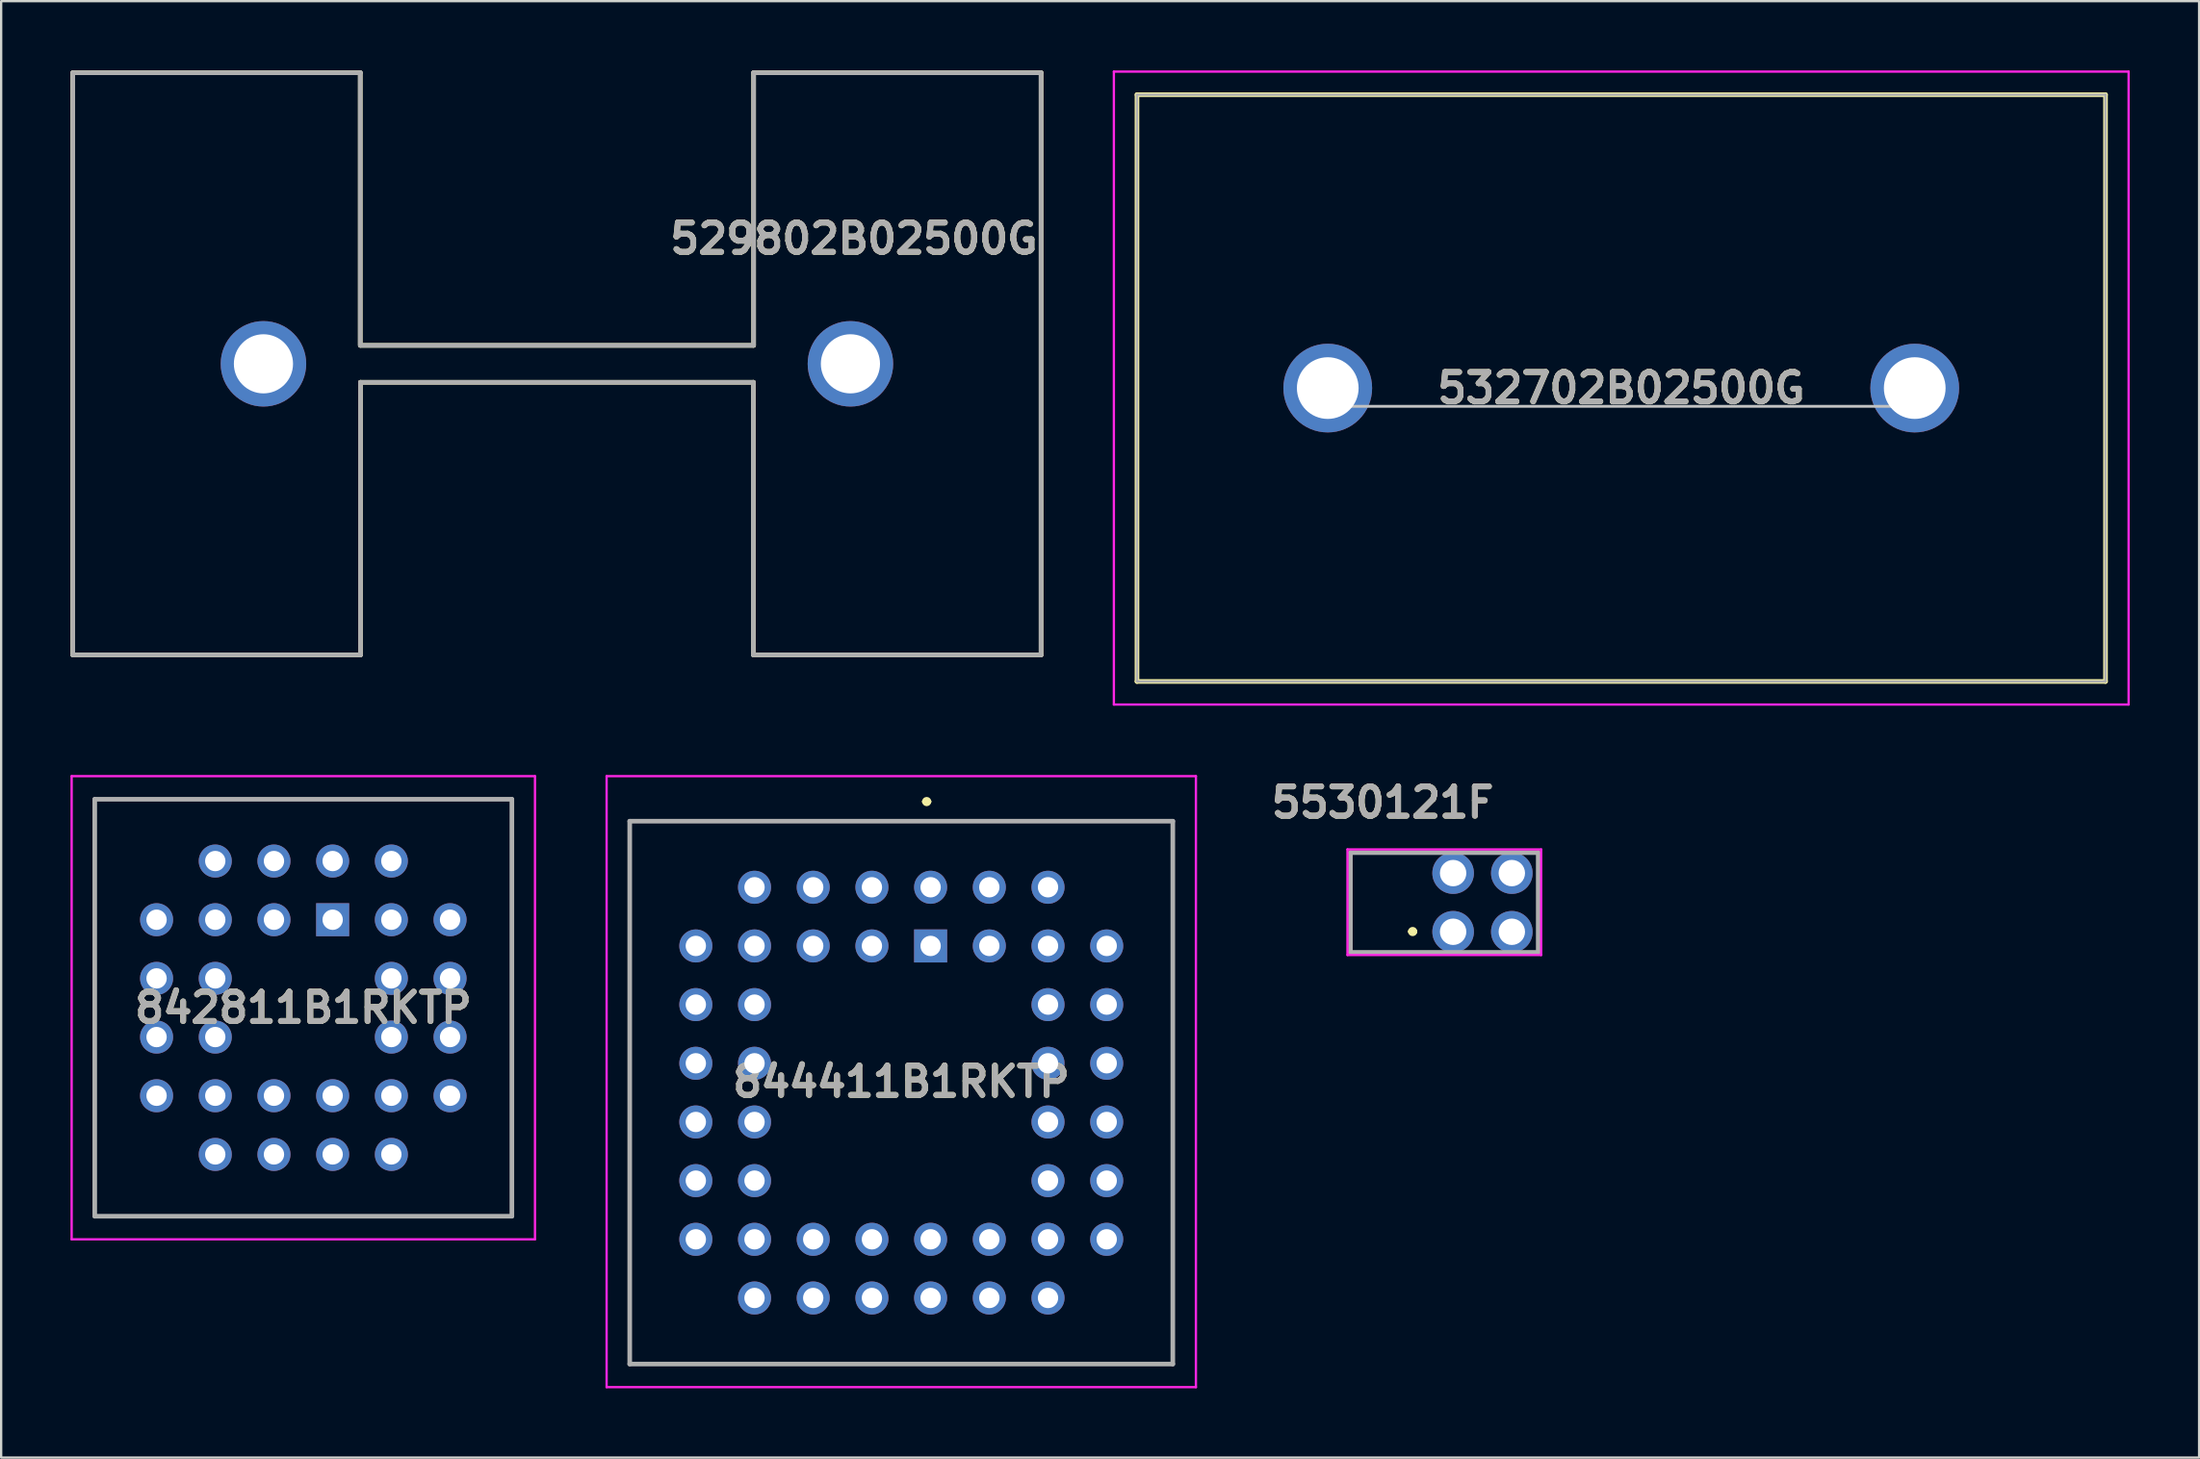
<source format=kicad_pcb>
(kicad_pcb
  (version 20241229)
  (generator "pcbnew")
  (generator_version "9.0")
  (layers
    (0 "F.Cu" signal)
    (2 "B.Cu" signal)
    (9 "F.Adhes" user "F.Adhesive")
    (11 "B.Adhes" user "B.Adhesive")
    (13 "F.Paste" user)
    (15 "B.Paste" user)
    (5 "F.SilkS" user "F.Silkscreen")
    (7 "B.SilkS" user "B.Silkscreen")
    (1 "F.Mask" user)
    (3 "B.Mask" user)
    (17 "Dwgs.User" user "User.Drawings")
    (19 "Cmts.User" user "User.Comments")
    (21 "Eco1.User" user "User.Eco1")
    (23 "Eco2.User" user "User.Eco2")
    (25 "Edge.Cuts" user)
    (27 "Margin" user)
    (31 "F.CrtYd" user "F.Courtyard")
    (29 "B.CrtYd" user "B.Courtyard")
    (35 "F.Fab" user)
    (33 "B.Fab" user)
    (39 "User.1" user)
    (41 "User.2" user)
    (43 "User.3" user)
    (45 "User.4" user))
  (footprint "529802B02500G"
    (layer "F.Cu")
    (at 21.05 12.7)
    (property "Reference" "529802B02500G" (at 12.852 -5.421 0) (layer "F.SilkS") (effects (font (size 1.27 1.27) (thickness 0.254))))
    (attr through_hole)
    (fp_line (start -20.95 -12.6) (end -20.95 12.6) (stroke (width 0.2) (type solid)) (layer "F.SilkS"))
    (fp_line (start -20.95 12.6) (end -8.5 12.6) (stroke (width 0.2) (type solid)) (layer "F.SilkS"))
    (fp_line (start -8.51 -12.6) (end -20.95 -12.6) (stroke (width 0.2) (type solid)) (layer "F.SilkS"))
    (fp_line (start -8.51 -0.8) (end -8.51 -12.6) (stroke (width 0.2) (type solid)) (layer "F.SilkS"))
    (fp_line (start -8.5 0.8) (end 8.5 0.8) (stroke (width 0.2) (type solid)) (layer "F.SilkS"))
    (fp_line (start -8.5 12.6) (end -8.5 0.8) (stroke (width 0.2) (type solid)) (layer "F.SilkS"))
    (fp_line (start 8.5 12.6) (end 8.5 0.8) (stroke (width 0.2) (type solid)) (layer "F.SilkS"))
    (fp_line (start 8.5 12.6) (end 20.95 12.6) (stroke (width 0.2) (type solid)) (layer "F.SilkS"))
    (fp_line (start 8.51 -12.6) (end 8.51 -0.8) (stroke (width 0.2) (type solid)) (layer "F.SilkS"))
    (fp_line (start 8.51 -0.8) (end -8.5 -0.8) (stroke (width 0.2) (type solid)) (layer "F.SilkS"))
    (fp_line (start 20.95 -12.6) (end 8.51 -12.6) (stroke (width 0.2) (type solid)) (layer "F.SilkS"))
    (fp_line (start 20.95 12.6) (end 20.95 -12.6) (stroke (width 0.2) (type solid)) (layer "F.SilkS"))
    (fp_line (start -20.95 -12.6) (end -8.5 -12.6) (stroke (width 0.2) (type solid)) (layer "F.Fab"))
    (fp_line (start -20.95 12.6) (end -20.95 -12.6) (stroke (width 0.2) (type solid)) (layer "F.Fab"))
    (fp_line (start -8.51 -0.8) (end -8.51 -12.6) (stroke (width 0.2) (type solid)) (layer "F.Fab"))
    (fp_line (start -8.5 -0.8) (end 8.5 -0.8) (stroke (width 0.2) (type solid)) (layer "F.Fab"))
    (fp_line (start -8.5 0.8) (end -8.5 12.6) (stroke (width 0.2) (type solid)) (layer "F.Fab"))
    (fp_line (start -8.5 0.8) (end 8.5 0.8) (stroke (width 0.2) (type solid)) (layer "F.Fab"))
    (fp_line (start -8.5 12.6) (end -20.95 12.6) (stroke (width 0.2) (type solid)) (layer "F.Fab"))
    (fp_line (start 8.5 0.8) (end 8.5 12.6) (stroke (width 0.2) (type solid)) (layer "F.Fab"))
    (fp_line (start 8.5 12.6) (end 20.95 12.6) (stroke (width 0.2) (type solid)) (layer "F.Fab"))
    (fp_line (start 8.51 -12.6) (end 8.51 -0.8) (stroke (width 0.2) (type solid)) (layer "F.Fab"))
    (fp_line (start 20.95 -12.6) (end 8.5 -12.6) (stroke (width 0.2) (type solid)) (layer "F.Fab"))
    (fp_line (start 20.95 12.6) (end 20.95 -12.6) (stroke (width 0.2) (type solid)) (layer "F.Fab"))
    (fp_text user "${REFERENCE}" (at 12.852 -5.421 0) (layer "F.Fab") (effects (font (size 1.27 1.27) (thickness 0.254))))
    (pad "1" thru_hole circle (at -12.7 0) (size 3.7 3.7) (drill 2.56) (layers "*.Cu" "*.Mask"))
    (pad "2" thru_hole circle (at 12.7 0) (size 3.7 3.7) (drill 2.56) (layers "*.Cu" "*.Mask")))
  (footprint "5530121F"
    (layer "F.Cu")
    (at 59.449 36.388)
    (property "Reference" "5530121F" (at -2.667 -4.699 0) (layer "F.SilkS") (effects (font (size 1.27 1.27) (thickness 0.254))))
    (attr through_hole)
    (fp_line (start -1.47 0.888) (end -1.47 0.888) (stroke (width 0.2) (type solid)) (layer "F.SilkS"))
    (fp_line (start -1.27 0.888) (end -1.27 0.888) (stroke (width 0.2) (type solid)) (layer "F.SilkS"))
    (fp_arc (start -1.47 0.888) (mid -1.3695 0.7885) (end -1.27 0.889) (stroke (width 0.2) (type solid)) (layer "F.SilkS"))
    (fp_arc (start -1.27 0.888) (mid -1.3695 0.9885) (end -1.47 0.889) (stroke (width 0.2) (type solid)) (layer "F.SilkS"))
    (fp_line (start -4.191 -2.667) (end -4.191 1.905) (stroke (width 0.1) (type solid)) (layer "F.CrtYd"))
    (fp_line (start -4.191 -2.667) (end 4.191 -2.667) (stroke (width 0.1) (type solid)) (layer "F.CrtYd"))
    (fp_line (start 4.191 -2.667) (end 4.191 1.905) (stroke (width 0.1) (type solid)) (layer "F.CrtYd"))
    (fp_line (start 4.191 1.905) (end -4.191 1.905) (stroke (width 0.1) (type solid)) (layer "F.CrtYd"))
    (fp_line (start -4.064 -2.529) (end 4.064 -2.529) (stroke (width 0.2) (type solid)) (layer "F.Fab"))
    (fp_line (start -4.064 1.791) (end -4.064 -2.529) (stroke (width 0.2) (type solid)) (layer "F.Fab"))
    (fp_line (start 4.064 -2.529) (end 4.064 1.791) (stroke (width 0.2) (type solid)) (layer "F.Fab"))
    (fp_line (start 4.064 1.791) (end -4.064 1.791) (stroke (width 0.2) (type solid)) (layer "F.Fab"))
    (fp_text user "${REFERENCE}" (at -2.667 -4.699 0) (layer "F.Fab") (effects (font (size 1.27 1.27) (thickness 0.254))))
    (pad "1" thru_hole circle (at 0.381 0.899) (size 1.8 1.8) (drill 1.143) (layers "*.Cu" "*.Mask"))
    (pad "2" thru_hole circle (at 0.381 -1.641) (size 1.8 1.8) (drill 1.143) (layers "*.Cu" "*.Mask"))
    (pad "3" thru_hole circle (at 2.921 0.899) (size 1.8 1.8) (drill 1.143) (layers "*.Cu" "*.Mask"))
    (pad "4" thru_hole circle (at 2.921 -1.641) (size 1.8 1.8) (drill 1.143) (layers "*.Cu" "*.Mask")))
  (footprint "842811B1RKTP"
    (layer "F.Cu")
    (at 11.345 36.765)
    (property "Reference" "842811B1RKTP" (at -1.27 3.81 0) (layer "F.SilkS") (effects (font (size 1.27 1.27) (thickness 0.254))))
    (attr through_hole)
    (fp_line (start -10.295 -5.215) (end 7.755 -5.215) (stroke (width 0.1) (type solid)) (layer "F.SilkS"))
    (fp_line (start -10.295 12.835) (end -10.295 -5.215) (stroke (width 0.1) (type solid)) (layer "F.SilkS"))
    (fp_line (start 7.755 -5.215) (end 7.755 12.835) (stroke (width 0.1) (type solid)) (layer "F.SilkS"))
    (fp_line (start 7.755 12.835) (end -10.295 12.835) (stroke (width 0.1) (type solid)) (layer "F.SilkS"))
    (fp_line (start -11.295 -6.215) (end 8.755 -6.215) (stroke (width 0.1) (type solid)) (layer "F.CrtYd"))
    (fp_line (start -11.295 13.835) (end -11.295 -6.215) (stroke (width 0.1) (type solid)) (layer "F.CrtYd"))
    (fp_line (start 8.755 -6.215) (end 8.755 13.835) (stroke (width 0.1) (type solid)) (layer "F.CrtYd"))
    (fp_line (start 8.755 13.835) (end -11.295 13.835) (stroke (width 0.1) (type solid)) (layer "F.CrtYd"))
    (fp_line (start -10.295 -5.215) (end 7.755 -5.215) (stroke (width 0.2) (type solid)) (layer "F.Fab"))
    (fp_line (start -10.295 12.835) (end -10.295 -5.215) (stroke (width 0.2) (type solid)) (layer "F.Fab"))
    (fp_line (start 7.755 -5.215) (end 7.755 12.835) (stroke (width 0.2) (type solid)) (layer "F.Fab"))
    (fp_line (start 7.755 12.835) (end -10.295 12.835) (stroke (width 0.2) (type solid)) (layer "F.Fab"))
    (fp_text user "${REFERENCE}" (at -1.27 3.81 0) (layer "F.Fab") (effects (font (size 1.27 1.27) (thickness 0.254))))
    (pad "1" thru_hole rect (at 0 0) (size 1.43 1.43) (drill 0.88) (layers "*.Cu" "*.Mask"))
    (pad "2" thru_hole circle (at -2.54 -2.54) (size 1.43 1.43) (drill 0.88) (layers "*.Cu" "*.Mask"))
    (pad "3" thru_hole circle (at -2.54 0) (size 1.43 1.43) (drill 0.88) (layers "*.Cu" "*.Mask"))
    (pad "4" thru_hole circle (at -5.08 -2.54) (size 1.43 1.43) (drill 0.88) (layers "*.Cu" "*.Mask"))
    (pad "5" thru_hole circle (at -7.62 0) (size 1.43 1.43) (drill 0.88) (layers "*.Cu" "*.Mask"))
    (pad "6" thru_hole circle (at -5.08 0) (size 1.43 1.43) (drill 0.88) (layers "*.Cu" "*.Mask"))
    (pad "7" thru_hole circle (at -7.62 2.54) (size 1.43 1.43) (drill 0.88) (layers "*.Cu" "*.Mask"))
    (pad "8" thru_hole circle (at -5.08 2.54) (size 1.43 1.43) (drill 0.88) (layers "*.Cu" "*.Mask"))
    (pad "9" thru_hole circle (at -7.62 5.08) (size 1.43 1.43) (drill 0.88) (layers "*.Cu" "*.Mask"))
    (pad "10" thru_hole circle (at -5.08 5.08) (size 1.43 1.43) (drill 0.88) (layers "*.Cu" "*.Mask"))
    (pad "11" thru_hole circle (at -7.62 7.62) (size 1.43 1.43) (drill 0.88) (layers "*.Cu" "*.Mask"))
    (pad "12" thru_hole circle (at -5.08 10.16) (size 1.43 1.43) (drill 0.88) (layers "*.Cu" "*.Mask"))
    (pad "13" thru_hole circle (at -5.08 7.62) (size 1.43 1.43) (drill 0.88) (layers "*.Cu" "*.Mask"))
    (pad "14" thru_hole circle (at -2.54 10.16) (size 1.43 1.43) (drill 0.88) (layers "*.Cu" "*.Mask"))
    (pad "15" thru_hole circle (at -2.54 7.62) (size 1.43 1.43) (drill 0.88) (layers "*.Cu" "*.Mask"))
    (pad "16" thru_hole circle (at 0 10.16) (size 1.43 1.43) (drill 0.88) (layers "*.Cu" "*.Mask"))
    (pad "17" thru_hole circle (at 0 7.62) (size 1.43 1.43) (drill 0.88) (layers "*.Cu" "*.Mask"))
    (pad "18" thru_hole circle (at 2.54 10.16) (size 1.43 1.43) (drill 0.88) (layers "*.Cu" "*.Mask"))
    (pad "19" thru_hole circle (at 5.08 7.62) (size 1.43 1.43) (drill 0.88) (layers "*.Cu" "*.Mask"))
    (pad "20" thru_hole circle (at 2.54 7.62) (size 1.43 1.43) (drill 0.88) (layers "*.Cu" "*.Mask"))
    (pad "21" thru_hole circle (at 5.08 5.08) (size 1.43 1.43) (drill 0.88) (layers "*.Cu" "*.Mask"))
    (pad "22" thru_hole circle (at 2.54 5.08) (size 1.43 1.43) (drill 0.88) (layers "*.Cu" "*.Mask"))
    (pad "23" thru_hole circle (at 5.08 2.54) (size 1.43 1.43) (drill 0.88) (layers "*.Cu" "*.Mask"))
    (pad "24" thru_hole circle (at 2.54 2.54) (size 1.43 1.43) (drill 0.88) (layers "*.Cu" "*.Mask"))
    (pad "25" thru_hole circle (at 5.08 0) (size 1.43 1.43) (drill 0.88) (layers "*.Cu" "*.Mask"))
    (pad "26" thru_hole circle (at 2.54 -2.54) (size 1.43 1.43) (drill 0.88) (layers "*.Cu" "*.Mask"))
    (pad "27" thru_hole circle (at 2.54 0) (size 1.43 1.43) (drill 0.88) (layers "*.Cu" "*.Mask"))
    (pad "28" thru_hole circle (at 0 -2.54) (size 1.43 1.43) (drill 0.88) (layers "*.Cu" "*.Mask")))
  (footprint "844411B1RKTP"
    (layer "F.Cu")
    (at 35.95 43.775)
    (property "Reference" "844411B1RKTP" (at 0 0 0) (layer "F.SilkS") (effects (font (size 1.27 1.27) (thickness 0.254))))
    (attr through_hole)
    (fp_line (start -11.75 -11.275) (end 11.75 -11.275) (stroke (width 0.1) (type solid)) (layer "F.SilkS"))
    (fp_line (start -11.75 12.225) (end -11.75 -11.275) (stroke (width 0.1) (type solid)) (layer "F.SilkS"))
    (fp_line (start 1 -12.125) (end 1 -12.125) (stroke (width 0.2) (type solid)) (layer "F.SilkS"))
    (fp_line (start 1.2 -12.125) (end 1.2 -12.125) (stroke (width 0.2) (type solid)) (layer "F.SilkS"))
    (fp_line (start 11.75 -11.275) (end 11.75 12.225) (stroke (width 0.1) (type solid)) (layer "F.SilkS"))
    (fp_line (start 11.75 12.225) (end -11.75 12.225) (stroke (width 0.1) (type solid)) (layer "F.SilkS"))
    (fp_arc (start 1 -12.125) (mid 1.1 -12.225) (end 1.2 -12.125) (stroke (width 0.2) (type solid)) (layer "F.SilkS"))
    (fp_arc (start 1.2 -12.125) (mid 1.1 -12.025) (end 1 -12.125) (stroke (width 0.2) (type solid)) (layer "F.SilkS"))
    (fp_line (start -12.75 -13.225) (end 12.75 -13.225) (stroke (width 0.1) (type solid)) (layer "F.CrtYd"))
    (fp_line (start -12.75 13.225) (end -12.75 -13.225) (stroke (width 0.1) (type solid)) (layer "F.CrtYd"))
    (fp_line (start 12.75 -13.225) (end 12.75 13.225) (stroke (width 0.1) (type solid)) (layer "F.CrtYd"))
    (fp_line (start 12.75 13.225) (end -12.75 13.225) (stroke (width 0.1) (type solid)) (layer "F.CrtYd"))
    (fp_line (start -11.75 -11.275) (end 11.75 -11.275) (stroke (width 0.2) (type solid)) (layer "F.Fab"))
    (fp_line (start -11.75 12.225) (end -11.75 -11.275) (stroke (width 0.2) (type solid)) (layer "F.Fab"))
    (fp_line (start 11.75 -11.275) (end 11.75 12.225) (stroke (width 0.2) (type solid)) (layer "F.Fab"))
    (fp_line (start 11.75 12.225) (end -11.75 12.225) (stroke (width 0.2) (type solid)) (layer "F.Fab"))
    (fp_text user "${REFERENCE}" (at 0 0 0) (layer "F.Fab") (effects (font (size 1.27 1.27) (thickness 0.254))))
    (pad "1" thru_hole rect (at 1.27 -5.875) (size 1.43 1.43) (drill 0.88) (layers "*.Cu" "*.Mask"))
    (pad "2" thru_hole circle (at -1.27 -8.415) (size 1.43 1.43) (drill 0.88) (layers "*.Cu" "*.Mask"))
    (pad "3" thru_hole circle (at -1.27 -5.875) (size 1.43 1.43) (drill 0.88) (layers "*.Cu" "*.Mask"))
    (pad "4" thru_hole circle (at -3.81 -8.415) (size 1.43 1.43) (drill 0.88) (layers "*.Cu" "*.Mask"))
    (pad "5" thru_hole circle (at -3.81 -5.875) (size 1.43 1.43) (drill 0.88) (layers "*.Cu" "*.Mask"))
    (pad "6" thru_hole circle (at -6.35 -8.415) (size 1.43 1.43) (drill 0.88) (layers "*.Cu" "*.Mask"))
    (pad "7" thru_hole circle (at -8.89 -5.875) (size 1.43 1.43) (drill 0.88) (layers "*.Cu" "*.Mask"))
    (pad "8" thru_hole circle (at -6.35 -5.875) (size 1.43 1.43) (drill 0.88) (layers "*.Cu" "*.Mask"))
    (pad "9" thru_hole circle (at -8.89 -3.335) (size 1.43 1.43) (drill 0.88) (layers "*.Cu" "*.Mask"))
    (pad "10" thru_hole circle (at -6.35 -3.335) (size 1.43 1.43) (drill 0.88) (layers "*.Cu" "*.Mask"))
    (pad "11" thru_hole circle (at -8.89 -0.795) (size 1.43 1.43) (drill 0.88) (layers "*.Cu" "*.Mask"))
    (pad "12" thru_hole circle (at -6.35 -0.795) (size 1.43 1.43) (drill 0.88) (layers "*.Cu" "*.Mask"))
    (pad "13" thru_hole circle (at -8.89 1.745) (size 1.43 1.43) (drill 0.88) (layers "*.Cu" "*.Mask"))
    (pad "14" thru_hole circle (at -6.35 1.745) (size 1.43 1.43) (drill 0.88) (layers "*.Cu" "*.Mask"))
    (pad "15" thru_hole circle (at -8.89 4.285) (size 1.43 1.43) (drill 0.88) (layers "*.Cu" "*.Mask"))
    (pad "16" thru_hole circle (at -6.35 4.285) (size 1.43 1.43) (drill 0.88) (layers "*.Cu" "*.Mask"))
    (pad "17" thru_hole circle (at -8.89 6.825) (size 1.43 1.43) (drill 0.88) (layers "*.Cu" "*.Mask"))
    (pad "18" thru_hole circle (at -6.35 9.365) (size 1.43 1.43) (drill 0.88) (layers "*.Cu" "*.Mask"))
    (pad "19" thru_hole circle (at -6.35 6.825) (size 1.43 1.43) (drill 0.88) (layers "*.Cu" "*.Mask"))
    (pad "20" thru_hole circle (at -3.81 9.365) (size 1.43 1.43) (drill 0.88) (layers "*.Cu" "*.Mask"))
    (pad "21" thru_hole circle (at -3.81 6.825) (size 1.43 1.43) (drill 0.88) (layers "*.Cu" "*.Mask"))
    (pad "22" thru_hole circle (at -1.27 9.365) (size 1.43 1.43) (drill 0.88) (layers "*.Cu" "*.Mask"))
    (pad "23" thru_hole circle (at -1.27 6.825) (size 1.43 1.43) (drill 0.88) (layers "*.Cu" "*.Mask"))
    (pad "24" thru_hole circle (at 1.27 9.365) (size 1.43 1.43) (drill 0.88) (layers "*.Cu" "*.Mask"))
    (pad "25" thru_hole circle (at 1.27 6.825) (size 1.43 1.43) (drill 0.88) (layers "*.Cu" "*.Mask"))
    (pad "26" thru_hole circle (at 3.81 9.365) (size 1.43 1.43) (drill 0.88) (layers "*.Cu" "*.Mask"))
    (pad "27" thru_hole circle (at 3.81 6.825) (size 1.43 1.43) (drill 0.88) (layers "*.Cu" "*.Mask"))
    (pad "28" thru_hole circle (at 6.35 9.365) (size 1.43 1.43) (drill 0.88) (layers "*.Cu" "*.Mask"))
    (pad "29" thru_hole circle (at 8.89 6.825) (size 1.43 1.43) (drill 0.88) (layers "*.Cu" "*.Mask"))
    (pad "30" thru_hole circle (at 6.35 6.825) (size 1.43 1.43) (drill 0.88) (layers "*.Cu" "*.Mask"))
    (pad "31" thru_hole circle (at 8.89 4.285) (size 1.43 1.43) (drill 0.88) (layers "*.Cu" "*.Mask"))
    (pad "32" thru_hole circle (at 6.35 4.285) (size 1.43 1.43) (drill 0.88) (layers "*.Cu" "*.Mask"))
    (pad "33" thru_hole circle (at 8.89 1.745) (size 1.43 1.43) (drill 0.88) (layers "*.Cu" "*.Mask"))
    (pad "34" thru_hole circle (at 6.35 1.745) (size 1.43 1.43) (drill 0.88) (layers "*.Cu" "*.Mask"))
    (pad "35" thru_hole circle (at 8.89 -0.795) (size 1.43 1.43) (drill 0.88) (layers "*.Cu" "*.Mask"))
    (pad "36" thru_hole circle (at 6.35 -0.795) (size 1.43 1.43) (drill 0.88) (layers "*.Cu" "*.Mask"))
    (pad "37" thru_hole circle (at 8.89 -3.335) (size 1.43 1.43) (drill 0.88) (layers "*.Cu" "*.Mask"))
    (pad "38" thru_hole circle (at 6.35 -3.335) (size 1.43 1.43) (drill 0.88) (layers "*.Cu" "*.Mask"))
    (pad "39" thru_hole circle (at 8.89 -5.875) (size 1.43 1.43) (drill 0.88) (layers "*.Cu" "*.Mask"))
    (pad "40" thru_hole circle (at 6.35 -8.415) (size 1.43 1.43) (drill 0.88) (layers "*.Cu" "*.Mask"))
    (pad "41" thru_hole circle (at 6.35 -5.875) (size 1.43 1.43) (drill 0.88) (layers "*.Cu" "*.Mask"))
    (pad "42" thru_hole circle (at 3.81 -8.415) (size 1.43 1.43) (drill 0.88) (layers "*.Cu" "*.Mask"))
    (pad "43" thru_hole circle (at 3.81 -5.875) (size 1.43 1.43) (drill 0.88) (layers "*.Cu" "*.Mask"))
    (pad "44" thru_hole circle (at 1.27 -8.415) (size 1.43 1.43) (drill 0.88) (layers "*.Cu" "*.Mask")))
  (footprint "532702B02500G"
    (layer "F.Cu")
    (at 54.405 13.75)
    (property "Reference" "532702B02500G" (at 12.7 0 0) (layer "F.SilkS") (effects (font (size 1.27 1.27) (thickness 0.254))))
    (attr through_hole)
    (fp_line (start -8.255 -12.7) (end 33.655 -12.7) (stroke (width 0.2) (type solid)) (layer "F.SilkS"))
    (fp_line (start -8.255 12.7) (end -8.255 -12.7) (stroke (width 0.2) (type solid)) (layer "F.SilkS"))
    (fp_line (start 33.655 -12.7) (end 33.655 12.7) (stroke (width 0.2) (type solid)) (layer "F.SilkS"))
    (fp_line (start 33.655 12.7) (end -8.255 12.7) (stroke (width 0.2) (type solid)) (layer "F.SilkS"))
    (fp_line (start 0 0.79) (end 25.4 0.79) (stroke (width 0.12) (type solid)) (layer "Dwgs.User"))
    (fp_line (start -9.255 -13.7) (end 34.655 -13.7) (stroke (width 0.1) (type solid)) (layer "F.CrtYd"))
    (fp_line (start -9.255 13.7) (end -9.255 -13.7) (stroke (width 0.1) (type solid)) (layer "F.CrtYd"))
    (fp_line (start 34.655 -13.7) (end 34.655 13.7) (stroke (width 0.1) (type solid)) (layer "F.CrtYd"))
    (fp_line (start 34.655 13.7) (end -9.255 13.7) (stroke (width 0.1) (type solid)) (layer "F.CrtYd"))
    (fp_line (start -8.255 -12.7) (end 33.655 -12.7) (stroke (width 0.1) (type solid)) (layer "F.Fab"))
    (fp_line (start -8.255 12.7) (end -8.255 -12.7) (stroke (width 0.1) (type solid)) (layer "F.Fab"))
    (fp_line (start 33.655 -12.7) (end 33.655 12.7) (stroke (width 0.1) (type solid)) (layer "F.Fab"))
    (fp_line (start 33.655 12.7) (end -8.255 12.7) (stroke (width 0.1) (type solid)) (layer "F.Fab"))
    (fp_text user "${REFERENCE}" (at 12.7 0 0) (layer "F.Fab") (effects (font (size 1.27 1.27) (thickness 0.254))))
    (pad "1" thru_hole circle (at 0 0) (size 3.84 3.84) (drill 2.67) (layers "*.Cu" "*.Mask"))
    (pad "2" thru_hole circle (at 25.4 0) (size 3.84 3.84) (drill 2.67) (layers "*.Cu" "*.Mask")))
  (gr_rect
    (start -3 -3)
    (end 92.11 60.05)
    (stroke (width 0.1) (type default))
    (fill no)
    (layer "Edge.Cuts")))
</source>
